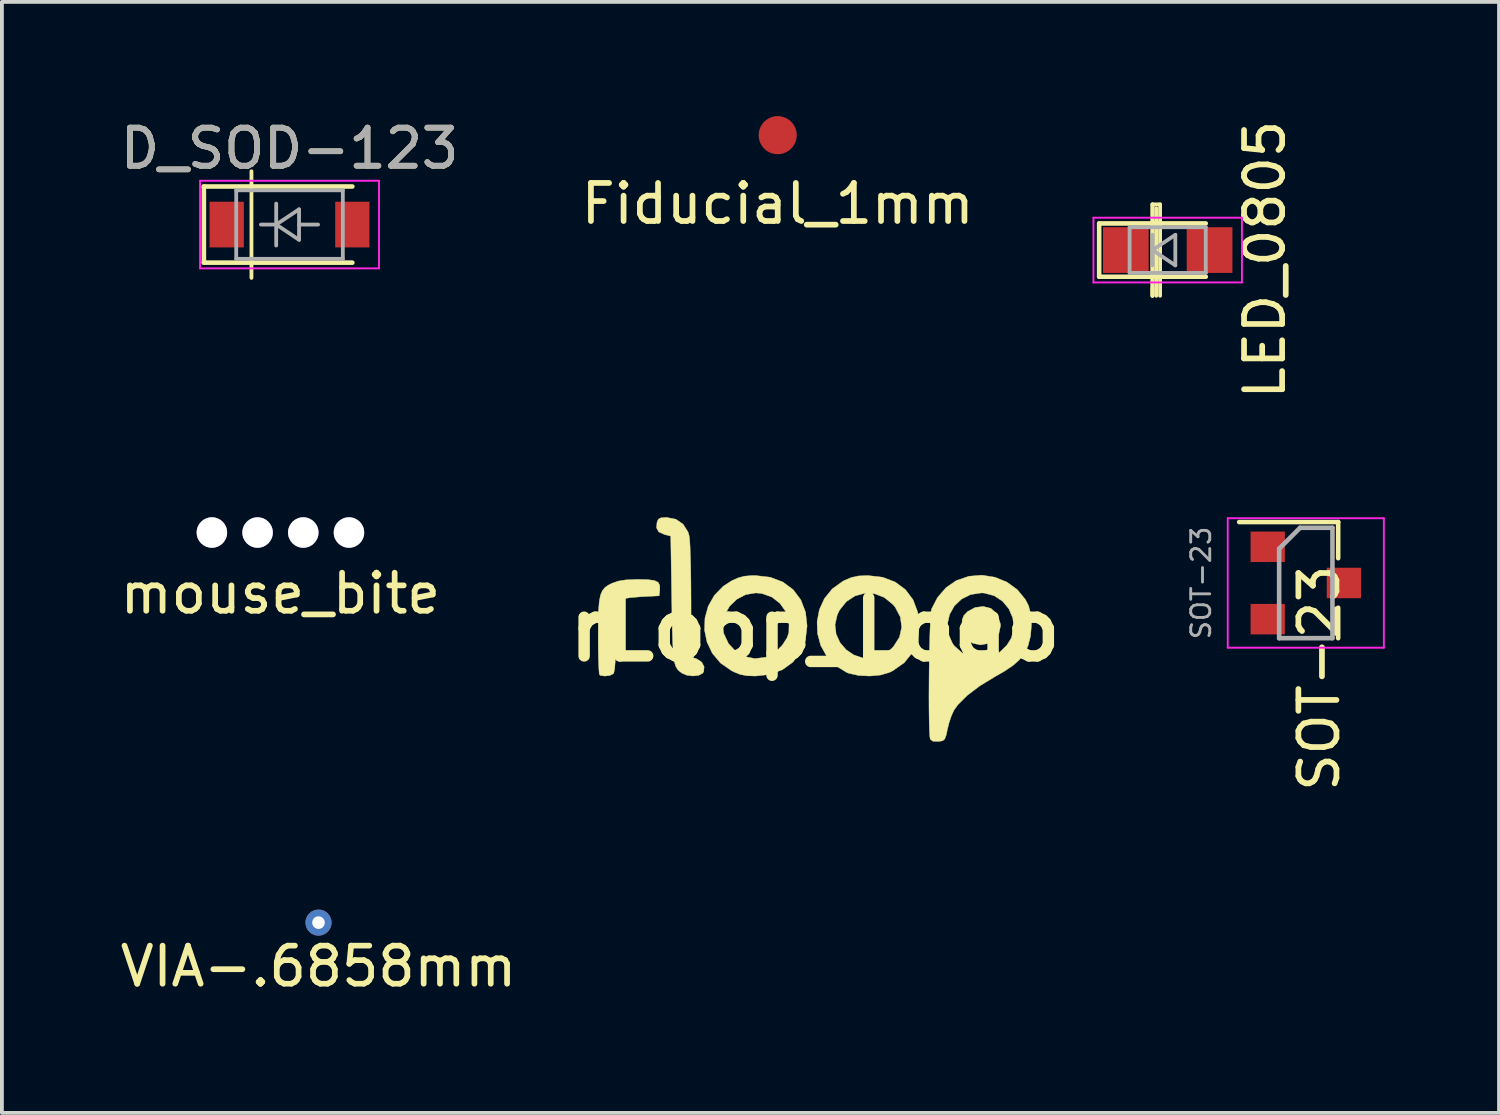
<source format=kicad_pcb>
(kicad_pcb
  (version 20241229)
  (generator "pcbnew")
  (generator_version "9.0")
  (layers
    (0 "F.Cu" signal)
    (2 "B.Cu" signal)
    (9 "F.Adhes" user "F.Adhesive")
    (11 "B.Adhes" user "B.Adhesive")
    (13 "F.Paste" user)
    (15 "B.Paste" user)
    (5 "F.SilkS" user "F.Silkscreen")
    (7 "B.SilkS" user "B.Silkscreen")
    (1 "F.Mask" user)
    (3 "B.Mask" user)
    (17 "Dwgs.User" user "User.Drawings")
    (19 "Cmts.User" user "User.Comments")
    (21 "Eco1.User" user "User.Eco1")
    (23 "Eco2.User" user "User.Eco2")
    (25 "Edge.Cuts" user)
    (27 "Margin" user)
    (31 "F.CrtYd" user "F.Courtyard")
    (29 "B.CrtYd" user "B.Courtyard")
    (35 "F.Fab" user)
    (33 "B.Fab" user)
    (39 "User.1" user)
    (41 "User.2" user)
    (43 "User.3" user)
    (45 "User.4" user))
  (footprint "VIA-.6858mm"
    (layer "F.Cu")
    (at 5.315 21.181)
    (property "Reference" "VIA-.6858mm" (at 0 1.15 0) (layer "F.SilkS") (effects (font (size 1 1) (thickness 0.15))))
    (attr through_hole)
    (pad "" thru_hole circle (at 0 0) (size 0.686 0.686) (drill 0.33) (layers "*.Cu")))
  (footprint "Fiducial_1mm"
    (layer "F.Cu")
    (at 17.375 0.5)
    (property "Reference" "Fiducial_1mm" (at 0 1.8 0) (layer "F.SilkS") (effects (font (size 1 1) (thickness 0.15))))
    (attr through_hole)
    (pad "0" smd circle (at 0 0) (size 1 1) (layers "F.Cu" "F.Mask" "F.Paste")))
  (footprint "LED_0805"
    (layer "F.Cu")
    (at 27.618 3.518)
    (property "Reference" "LED_0805" (at 2.55 0.25 90) (layer "F.SilkS") (effects (font (size 1 1) (thickness 0.15))))
    (attr smd)
    (fp_line (start -1.8 -0.7) (end -1.8 0.7) (stroke (width 0.12) (type solid)) (layer "F.SilkS"))
    (fp_line (start -1.8 -0.7) (end 1 -0.7) (stroke (width 0.12) (type solid)) (layer "F.SilkS"))
    (fp_line (start -1.8 0.7) (end 1 0.7) (stroke (width 0.12) (type solid)) (layer "F.SilkS"))
    (fp_line (start -0.4 -1.2) (end -0.4 1.2) (stroke (width 0.1) (type solid)) (layer "F.SilkS"))
    (fp_line (start -0.4 -1.2) (end -0.4 1.2) (stroke (width 0.1) (type solid)) (layer "F.SilkS"))
    (fp_line (start -0.4 1.2) (end -0.4 1) (stroke (width 0.1) (type solid)) (layer "F.SilkS"))
    (fp_line (start -0.3 1.2) (end -0.3 -1.1) (stroke (width 0.1) (type solid)) (layer "F.SilkS"))
    (fp_line (start -0.2 -1.2) (end -0.4 -1.2) (stroke (width 0.1) (type solid)) (layer "F.SilkS"))
    (fp_line (start -0.2 1.2) (end -0.2 -1.2) (stroke (width 0.1) (type solid)) (layer "F.SilkS"))
    (fp_line (start -1.95 -0.85) (end 1.95 -0.85) (stroke (width 0.05) (type solid)) (layer "F.CrtYd"))
    (fp_line (start -1.95 0.85) (end -1.95 -0.85) (stroke (width 0.05) (type solid)) (layer "F.CrtYd"))
    (fp_line (start 1.95 -0.85) (end 1.95 0.85) (stroke (width 0.05) (type solid)) (layer "F.CrtYd"))
    (fp_line (start 1.95 0.85) (end -1.95 0.85) (stroke (width 0.05) (type solid)) (layer "F.CrtYd"))
    (fp_line (start -1 -0.6) (end 1 -0.6) (stroke (width 0.1) (type solid)) (layer "F.Fab"))
    (fp_line (start -1 0.6) (end -1 -0.6) (stroke (width 0.1) (type solid)) (layer "F.Fab"))
    (fp_line (start -0.4 -0.4) (end -0.4 0.4) (stroke (width 0.1) (type solid)) (layer "F.Fab"))
    (fp_line (start -0.4 0) (end 0.2 -0.4) (stroke (width 0.1) (type solid)) (layer "F.Fab"))
    (fp_line (start 0.2 -0.4) (end 0.2 0.4) (stroke (width 0.1) (type solid)) (layer "F.Fab"))
    (fp_line (start 0.2 0.4) (end -0.4 0) (stroke (width 0.1) (type solid)) (layer "F.Fab"))
    (fp_line (start 1 -0.6) (end 1 0.6) (stroke (width 0.1) (type solid)) (layer "F.Fab"))
    (fp_line (start 1 0.6) (end -1 0.6) (stroke (width 0.1) (type solid)) (layer "F.Fab"))
    (pad "1" smd rect (at -1.1 0 180) (size 1.2 1.2) (layers "F.Cu" "F.Mask" "F.Paste"))
    (pad "2" smd rect (at 1.1 0 180) (size 1.2 1.2) (layers "F.Cu" "F.Mask" "F.Paste")))
  (footprint "SOT-23"
    (layer "F.Cu")
    (at 31.245 12.261)
    (property "Reference" "SOT-23" (at 0.35 2.5 90) (layer "F.SilkS") (effects (font (size 1 1) (thickness 0.15))))
    (attr smd)
    (fp_line (start -1.75 -1.6) (end 0.85 -1.6) (stroke (width 0.12) (type solid)) (layer "F.SilkS"))
    (fp_line (start 0.85 -1.6) (end 0.85 -0.65) (stroke (width 0.12) (type solid)) (layer "F.SilkS"))
    (fp_line (start 0.85 0.65) (end 0.85 1.45) (stroke (width 0.12) (type solid)) (layer "F.SilkS"))
    (fp_line (start -2.05 -1.7) (end -2.05 1.7) (stroke (width 0.05) (type solid)) (layer "F.CrtYd"))
    (fp_line (start -2.05 -1.7) (end 2.05 -1.7) (stroke (width 0.05) (type solid)) (layer "F.CrtYd"))
    (fp_line (start 2.05 1.7) (end -2.05 1.7) (stroke (width 0.05) (type solid)) (layer "F.CrtYd"))
    (fp_line (start 2.05 1.7) (end 2.05 -1.7) (stroke (width 0.05) (type solid)) (layer "F.CrtYd"))
    (fp_line (start -0.7 -0.9) (end -0.15 -1.45) (stroke (width 0.12) (type solid)) (layer "F.Fab"))
    (fp_line (start -0.7 1.45) (end -0.7 -0.9) (stroke (width 0.12) (type solid)) (layer "F.Fab"))
    (fp_line (start -0.15 -1.45) (end 0.7 -1.45) (stroke (width 0.12) (type solid)) (layer "F.Fab"))
    (fp_line (start 0.7 -1.45) (end 0.7 1.45) (stroke (width 0.12) (type solid)) (layer "F.Fab"))
    (fp_line (start 0.7 1.45) (end -0.7 1.45) (stroke (width 0.12) (type solid)) (layer "F.Fab"))
    (fp_text user "${REFERENCE}" (at -2.75 0 90) (layer "F.Fab") (effects (font (size 0.5 0.5) (thickness 0.075))))
    (pad "1" smd rect (at -1 -0.95) (size 0.9 0.8) (layers "F.Cu" "F.Mask" "F.Paste"))
    (pad "2" smd rect (at -1 0.95) (size 0.9 0.8) (layers "F.Cu" "F.Mask" "F.Paste"))
    (pad "3" smd rect (at 1 0) (size 0.9 0.8) (layers "F.Cu" "F.Mask" "F.Paste")))
  (footprint "mouse_bite"
    (layer "F.Cu")
    (at 4.315 10.936)
    (property "Reference" "mouse_bite" (at 0 1.6 0) (layer "F.SilkS") (effects (font (size 1 1) (thickness 0.15))))
    (attr through_hole)
    (pad "0" thru_hole circle (at -1.8 0) (size 0.8 0.8) (drill 0.8) (layers "*.Cu" "*.Mask"))
    (pad "0" thru_hole circle (at -0.6 0) (size 0.8 0.8) (drill 0.8) (layers "*.Cu" "*.Mask"))
    (pad "0" thru_hole circle (at 0.6 0) (size 0.8 0.8) (drill 0.8) (layers "*.Cu" "*.Mask"))
    (pad "0" thru_hole circle (at 1.8 0) (size 0.8 0.8) (drill 0.8) (layers "*.Cu" "*.Mask")))
  (footprint "D_SOD-123"
    (layer "F.Cu")
    (at 4.554 2.848)
    (property "Reference" "D_SOD-123" (at 0 -2 0) (layer "F.SilkS") (effects (font (size 1 1) (thickness 0.15))))
    (attr smd)
    (fp_line (start -2.25 -1) (end -2.25 1) (stroke (width 0.12) (type solid)) (layer "F.SilkS"))
    (fp_line (start -2.25 -1) (end 1.65 -1) (stroke (width 0.12) (type solid)) (layer "F.SilkS"))
    (fp_line (start -2.25 1) (end 1.65 1) (stroke (width 0.12) (type solid)) (layer "F.SilkS"))
    (fp_line (start -1 1.4) (end -1 -1.4) (stroke (width 0.1) (type solid)) (layer "F.SilkS"))
    (fp_line (start -2.35 -1.15) (end -2.35 1.15) (stroke (width 0.05) (type solid)) (layer "F.CrtYd"))
    (fp_line (start -2.35 -1.15) (end 2.35 -1.15) (stroke (width 0.05) (type solid)) (layer "F.CrtYd"))
    (fp_line (start 2.35 -1.15) (end 2.35 1.15) (stroke (width 0.05) (type solid)) (layer "F.CrtYd"))
    (fp_line (start 2.35 1.15) (end -2.35 1.15) (stroke (width 0.05) (type solid)) (layer "F.CrtYd"))
    (fp_line (start -1.4 -0.9) (end 1.4 -0.9) (stroke (width 0.1) (type solid)) (layer "F.Fab"))
    (fp_line (start -1.4 0.9) (end -1.4 -0.9) (stroke (width 0.1) (type solid)) (layer "F.Fab"))
    (fp_line (start -0.75 0) (end -0.35 0) (stroke (width 0.1) (type solid)) (layer "F.Fab"))
    (fp_line (start -0.35 0) (end -0.35 -0.55) (stroke (width 0.1) (type solid)) (layer "F.Fab"))
    (fp_line (start -0.35 0) (end -0.35 0.55) (stroke (width 0.1) (type solid)) (layer "F.Fab"))
    (fp_line (start -0.35 0) (end 0.25 -0.4) (stroke (width 0.1) (type solid)) (layer "F.Fab"))
    (fp_line (start 0.25 -0.4) (end 0.25 0.4) (stroke (width 0.1) (type solid)) (layer "F.Fab"))
    (fp_line (start 0.25 0) (end 0.75 0) (stroke (width 0.1) (type solid)) (layer "F.Fab"))
    (fp_line (start 0.25 0.4) (end -0.35 0) (stroke (width 0.1) (type solid)) (layer "F.Fab"))
    (fp_line (start 1.4 -0.9) (end 1.4 0.9) (stroke (width 0.1) (type solid)) (layer "F.Fab"))
    (fp_line (start 1.4 0.9) (end -1.4 0.9) (stroke (width 0.1) (type solid)) (layer "F.Fab"))
    (fp_text user "${REFERENCE}" (at 0 -2 0) (layer "F.Fab") (effects (font (size 1 1) (thickness 0.15))))
    (pad "1" smd rect (at -1.65 0) (size 0.9 1.2) (layers "F.Cu" "F.Mask" "F.Paste"))
    (pad "2" smd rect (at 1.65 0) (size 0.9 1.2) (layers "F.Cu" "F.Mask" "F.Paste")))
  (footprint "rLoop_Logo"
    (layer "F.Cu")
    (at 18.351 13.487)
    (property "Reference" "rLoop_Logo" (at 0 0 0) (layer "F.SilkS") (effects (font (size 1.524 1.524) (thickness 0.3))))
    (attr through_hole)
    (fp_poly (pts (xy 4.62 -0.56) (xy 4.626 -0.557) (xy 4.732 -0.459) (xy 4.823 -0.307) (xy 4.874 -0.148) (xy 4.877 -0.107) (xy 4.833 0.1) (xy 4.717 0.26) (xy 4.551 0.363) (xy 4.357 0.4) (xy 4.157 0.36) (xy 4.017 0.275) (xy 3.919 0.176) (xy 3.873 0.071) (xy 3.861 -0.085) (xy 3.861 -0.102) (xy 3.871 -0.264) (xy 3.913 -0.372) (xy 4.007 -0.469) (xy 4.017 -0.478) (xy 4.207 -0.581) (xy 4.421 -0.61) (xy 4.62 -0.56)) (stroke (width 0.01) (type solid)) (fill yes) (layer "F.SilkS"))
    (fp_poly (pts (xy -3.65 -2.9) (xy -3.461 -2.77) (xy -3.332 -2.567) (xy -3.301 -2.464) (xy -3.288 -2.361) (xy -3.277 -2.172) (xy -3.268 -1.911) (xy -3.26 -1.594) (xy -3.255 -1.235) (xy -3.253 -0.849) (xy -3.252 -0.772) (xy -3.251 0.716) (xy -3.098 0.77) (xy -2.972 0.853) (xy -2.908 0.974) (xy -2.92 1.101) (xy -2.947 1.144) (xy -3.05 1.2) (xy -3.204 1.217) (xy -3.369 1.195) (xy -3.494 1.14) (xy -3.557 1.093) (xy -3.608 1.041) (xy -3.648 0.973) (xy -3.68 0.879) (xy -3.704 0.748) (xy -3.721 0.569) (xy -3.734 0.331) (xy -3.744 0.023) (xy -3.752 -0.366) (xy -3.759 -0.81) (xy -3.785 -2.457) (xy -3.952 -2.501) (xy -4.1 -2.567) (xy -4.159 -2.674) (xy -4.145 -2.82) (xy -4.112 -2.899) (xy -4.046 -2.936) (xy -3.915 -2.946) (xy -3.886 -2.946) (xy -3.65 -2.9)) (stroke (width 0.01) (type solid)) (fill yes) (layer "F.SilkS"))
    (fp_poly (pts (xy -4.385 -1.314) (xy -4.214 -1.291) (xy -4.115 -1.242) (xy -4.073 -1.161) (xy -4.072 -1.039) (xy -4.073 -1.032) (xy -4.089 -0.889) (xy -4.577 -0.864) (xy -4.841 -0.842) (xy -5.035 -0.811) (xy -5.143 -0.772) (xy -5.148 -0.768) (xy -5.179 -0.731) (xy -5.201 -0.667) (xy -5.217 -0.562) (xy -5.226 -0.401) (xy -5.231 -0.17) (xy -5.232 0.146) (xy -5.232 0.199) (xy -5.235 0.568) (xy -5.244 0.843) (xy -5.258 1.029) (xy -5.28 1.134) (xy -5.293 1.158) (xy -5.386 1.203) (xy -5.515 1.219) (xy -5.627 1.203) (xy -5.656 1.185) (xy -5.666 1.126) (xy -5.675 0.982) (xy -5.683 0.768) (xy -5.688 0.501) (xy -5.69 0.197) (xy -5.69 0.167) (xy -5.688 -0.22) (xy -5.68 -0.518) (xy -5.662 -0.742) (xy -5.63 -0.906) (xy -5.581 -1.024) (xy -5.512 -1.108) (xy -5.418 -1.173) (xy -5.318 -1.222) (xy -5.161 -1.276) (xy -4.967 -1.307) (xy -4.706 -1.319) (xy -4.642 -1.32) (xy -4.385 -1.314)) (stroke (width 0.01) (type solid)) (fill yes) (layer "F.SilkS"))
    (fp_poly (pts (xy -1.171 -1.377) (xy -0.84 -1.251) (xy -0.57 -1.051) (xy -0.369 -0.784) (xy -0.244 -0.458) (xy -0.204 -0.099) (xy -0.248 0.272) (xy -0.377 0.593) (xy -0.581 0.856) (xy -0.854 1.053) (xy -1.187 1.177) (xy -1.556 1.218) (xy -1.782 1.21) (xy -1.954 1.178) (xy -2.122 1.112) (xy -2.19 1.077) (xy -2.479 0.875) (xy -2.693 0.62) (xy -2.832 0.328) (xy -2.897 0.014) (xy -2.892 -0.143) (xy -2.423 -0.143) (xy -2.394 0.099) (xy -2.267 0.368) (xy -2.076 0.573) (xy -1.838 0.707) (xy -1.571 0.761) (xy -1.292 0.725) (xy -1.204 0.693) (xy -1.022 0.578) (xy -0.853 0.406) (xy -0.729 0.211) (xy -0.683 0.077) (xy -0.677 -0.206) (xy -0.759 -0.467) (xy -0.914 -0.689) (xy -1.129 -0.856) (xy -1.389 -0.95) (xy -1.549 -0.965) (xy -1.816 -0.921) (xy -2.05 -0.798) (xy -2.239 -0.616) (xy -2.368 -0.392) (xy -2.423 -0.143) (xy -2.892 -0.143) (xy -2.886 -0.306) (xy -2.801 -0.615) (xy -2.641 -0.899) (xy -2.406 -1.141) (xy -2.19 -1.281) (xy -2.012 -1.362) (xy -1.847 -1.405) (xy -1.646 -1.421) (xy -1.556 -1.421) (xy -1.171 -1.377)) (stroke (width 0.01) (type solid)) (fill yes) (layer "F.SilkS"))
    (fp_poly (pts (xy 1.394 -1.421) (xy 1.779 -1.377) (xy 2.11 -1.251) (xy 2.379 -1.052) (xy 2.579 -0.785) (xy 2.702 -0.459) (xy 2.742 -0.102) (xy 2.698 0.273) (xy 2.565 0.598) (xy 2.348 0.868) (xy 2.047 1.079) (xy 1.956 1.124) (xy 1.722 1.192) (xy 1.439 1.218) (xy 1.148 1.203) (xy 0.893 1.146) (xy 0.83 1.121) (xy 0.534 0.937) (xy 0.309 0.696) (xy 0.154 0.414) (xy 0.071 0.106) (xy 0.061 -0.135) (xy 0.53 -0.135) (xy 0.558 0.114) (xy 0.66 0.339) (xy 0.823 0.529) (xy 1.032 0.67) (xy 1.274 0.748) (xy 1.535 0.751) (xy 1.742 0.693) (xy 1.879 0.611) (xy 2.024 0.488) (xy 2.068 0.44) (xy 2.223 0.196) (xy 2.281 -0.067) (xy 2.245 -0.332) (xy 2.113 -0.585) (xy 2.051 -0.661) (xy 1.824 -0.846) (xy 1.57 -0.943) (xy 1.308 -0.956) (xy 1.055 -0.886) (xy 0.83 -0.739) (xy 0.65 -0.516) (xy 0.59 -0.395) (xy 0.53 -0.135) (xy 0.061 -0.135) (xy 0.059 -0.212) (xy 0.118 -0.524) (xy 0.25 -0.815) (xy 0.455 -1.069) (xy 0.732 -1.27) (xy 0.772 -1.291) (xy 0.959 -1.37) (xy 1.142 -1.41) (xy 1.373 -1.421) (xy 1.394 -1.421)) (stroke (width 0.01) (type solid)) (fill yes) (layer "F.SilkS"))
    (fp_poly (pts (xy 4.73 -1.377) (xy 5.044 -1.249) (xy 5.316 -1.052) (xy 5.529 -0.792) (xy 5.614 -0.627) (xy 5.672 -0.398) (xy 5.688 -0.12) (xy 5.665 0.164) (xy 5.602 0.413) (xy 5.584 0.457) (xy 5.486 0.641) (xy 5.366 0.796) (xy 5.204 0.94) (xy 4.981 1.09) (xy 4.729 1.235) (xy 4.33 1.478) (xy 4.003 1.726) (xy 3.759 1.969) (xy 3.658 2.108) (xy 3.589 2.254) (xy 3.523 2.451) (xy 3.486 2.601) (xy 3.448 2.774) (xy 3.412 2.871) (xy 3.361 2.916) (xy 3.278 2.933) (xy 3.241 2.936) (xy 3.101 2.931) (xy 3.033 2.879) (xy 3.029 2.869) (xy 3.017 2.785) (xy 3.008 2.615) (xy 3.002 2.374) (xy 2.998 2.077) (xy 2.997 1.741) (xy 2.999 1.381) (xy 3.002 1.011) (xy 3.008 0.647) (xy 3.016 0.306) (xy 3.025 0.001) (xy 3.032 -0.153) (xy 3.482 -0.153) (xy 3.503 0.104) (xy 3.611 0.354) (xy 3.662 0.426) (xy 3.865 0.608) (xy 4.118 0.721) (xy 4.393 0.757) (xy 4.658 0.708) (xy 4.658 0.708) (xy 4.858 0.59) (xy 5.041 0.412) (xy 5.162 0.218) (xy 5.225 -0.046) (xy 5.199 -0.306) (xy 5.096 -0.546) (xy 4.929 -0.747) (xy 4.71 -0.891) (xy 4.451 -0.961) (xy 4.372 -0.965) (xy 4.09 -0.922) (xy 3.851 -0.802) (xy 3.664 -0.623) (xy 3.539 -0.401) (xy 3.482 -0.153) (xy 3.032 -0.153) (xy 3.036 -0.251) (xy 3.049 -0.435) (xy 3.062 -0.536) (xy 3.065 -0.543) (xy 3.222 -0.846) (xy 3.446 -1.104) (xy 3.712 -1.288) (xy 4.046 -1.403) (xy 4.391 -1.431) (xy 4.73 -1.377)) (stroke (width 0.01) (type solid)) (fill yes) (layer "F.SilkS")))
  (gr_rect
    (start -3 -3)
    (end 36.32 26.179)
    (stroke (width 0.1) (type default))
    (fill no)
    (layer "Edge.Cuts")))
</source>
